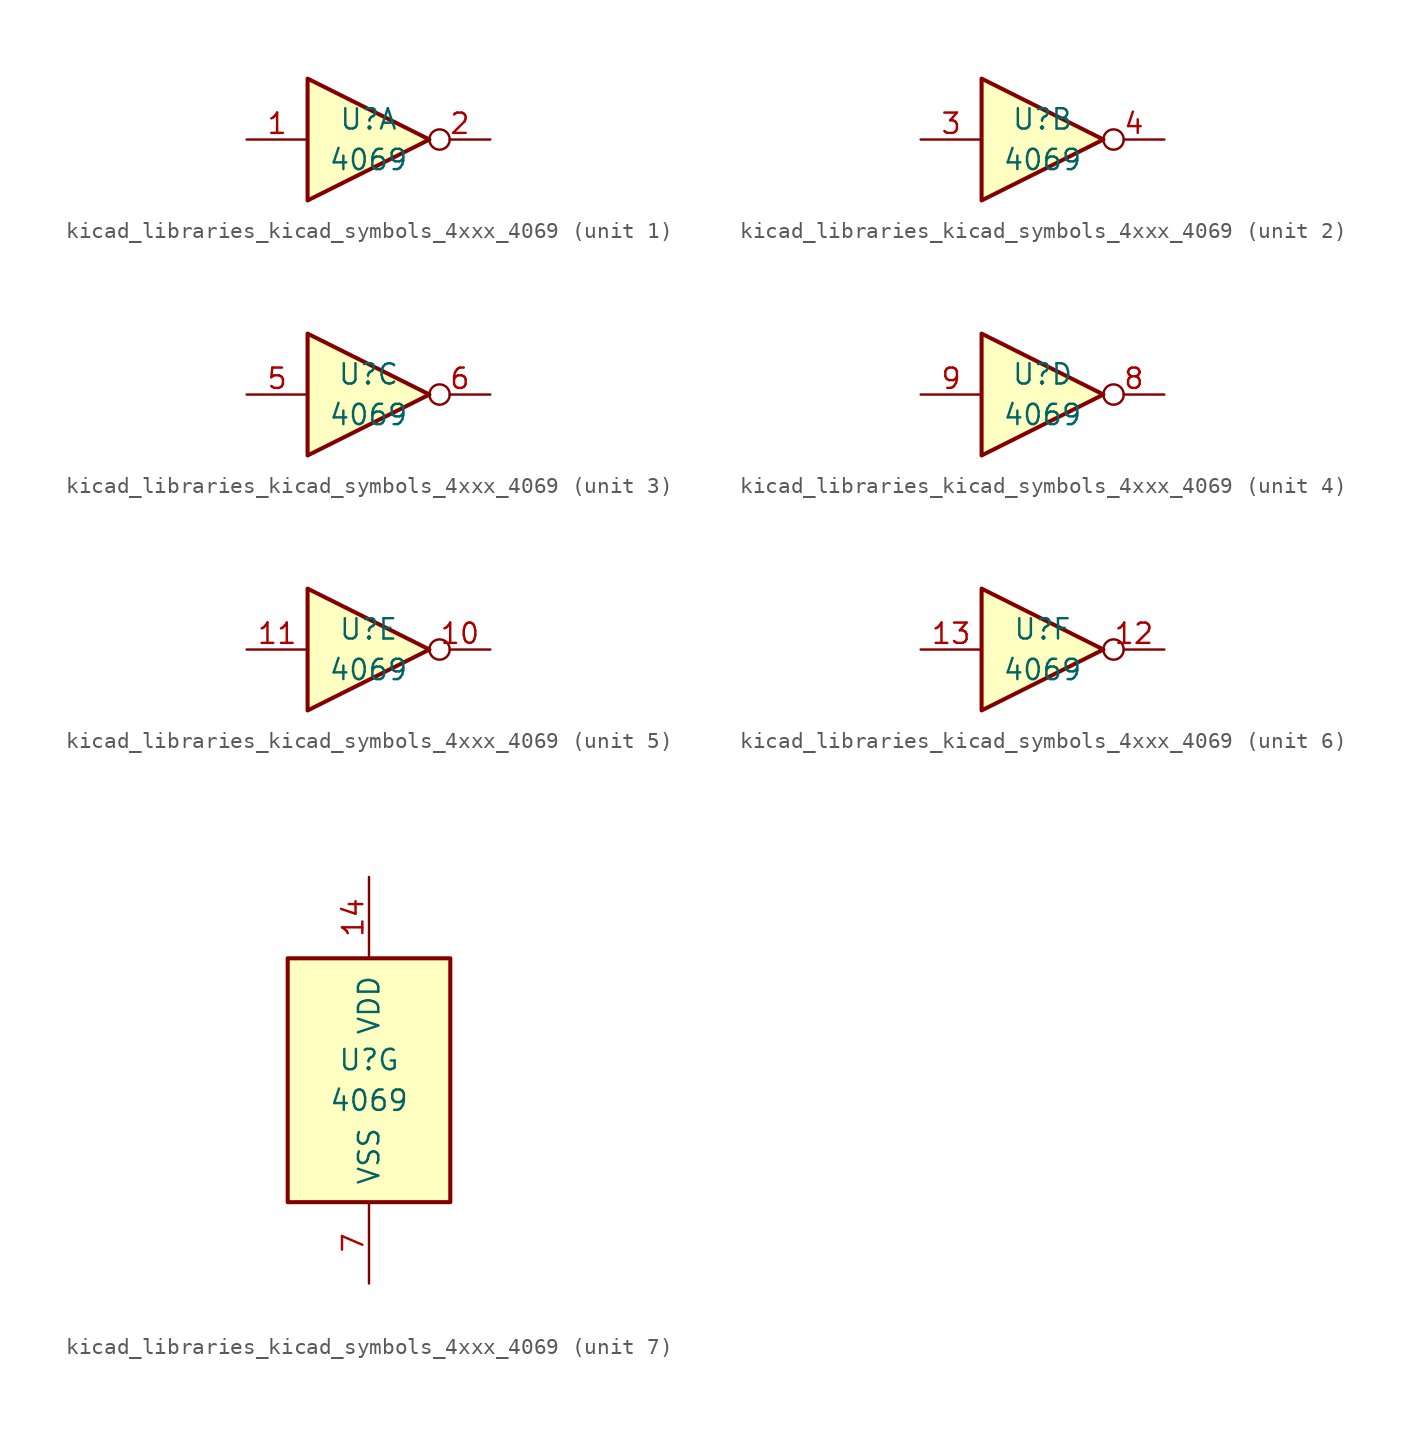
<source format=kicad_sym>
(kicad_symbol_lib
  (version 20220914)
  (generator kicad_symbol_editor)
  (symbol "kicad_libraries_kicad_symbols_4xxx_4069"
    (pin_names
      (offset 1.016))
    (property "Reference" "U"
      (at 0 1.27 0)
      (effects (font (size 1.27 1.27))))
    (property "Value" "4069"
      (at 0 -1.27 0)
      (effects (font (size 1.27 1.27))))
    (property "ki_locked" ""
      (at 0 0 0)
      (effects (font (size 1.27 1.27))))
    (symbol "kicad_libraries_kicad_symbols_4xxx_4069_1_0"
      (polyline (pts (xy -3.81 3.81) (xy -3.81 -3.81) (xy 3.81 0) (xy -3.81 3.81)) (stroke (width 0.254) (type default)) (fill (type background)))
      (pin input line (at -7.62 0 0) (length 3.81) (name "~" (effects (font (size 1.27 1.27)))) (number "1" (effects (font (size 1.27 1.27)))))
      (pin output inverted (at 7.62 0 180) (length 3.81) (name "~" (effects (font (size 1.27 1.27)))) (number "2" (effects (font (size 1.27 1.27))))))
    (symbol "kicad_libraries_kicad_symbols_4xxx_4069_2_0"
      (polyline (pts (xy -3.81 3.81) (xy -3.81 -3.81) (xy 3.81 0) (xy -3.81 3.81)) (stroke (width 0.254) (type default)) (fill (type background)))
      (pin input line (at -7.62 0 0) (length 3.81) (name "~" (effects (font (size 1.27 1.27)))) (number "3" (effects (font (size 1.27 1.27)))))
      (pin output inverted (at 7.62 0 180) (length 3.81) (name "~" (effects (font (size 1.27 1.27)))) (number "4" (effects (font (size 1.27 1.27))))))
    (symbol "kicad_libraries_kicad_symbols_4xxx_4069_3_0"
      (polyline (pts (xy -3.81 3.81) (xy -3.81 -3.81) (xy 3.81 0) (xy -3.81 3.81)) (stroke (width 0.254) (type default)) (fill (type background)))
      (pin input line (at -7.62 0 0) (length 3.81) (name "~" (effects (font (size 1.27 1.27)))) (number "5" (effects (font (size 1.27 1.27)))))
      (pin output inverted (at 7.62 0 180) (length 3.81) (name "~" (effects (font (size 1.27 1.27)))) (number "6" (effects (font (size 1.27 1.27))))))
    (symbol "kicad_libraries_kicad_symbols_4xxx_4069_4_0"
      (polyline (pts (xy -3.81 3.81) (xy -3.81 -3.81) (xy 3.81 0) (xy -3.81 3.81)) (stroke (width 0.254) (type default)) (fill (type background)))
      (pin output inverted (at 7.62 0 180) (length 3.81) (name "~" (effects (font (size 1.27 1.27)))) (number "8" (effects (font (size 1.27 1.27)))))
      (pin input line (at -7.62 0 0) (length 3.81) (name "~" (effects (font (size 1.27 1.27)))) (number "9" (effects (font (size 1.27 1.27))))))
    (symbol "kicad_libraries_kicad_symbols_4xxx_4069_5_0"
      (polyline (pts (xy -3.81 3.81) (xy -3.81 -3.81) (xy 3.81 0) (xy -3.81 3.81)) (stroke (width 0.254) (type default)) (fill (type background)))
      (pin output inverted (at 7.62 0 180) (length 3.81) (name "~" (effects (font (size 1.27 1.27)))) (number "10" (effects (font (size 1.27 1.27)))))
      (pin input line (at -7.62 0 0) (length 3.81) (name "~" (effects (font (size 1.27 1.27)))) (number "11" (effects (font (size 1.27 1.27))))))
    (symbol "kicad_libraries_kicad_symbols_4xxx_4069_6_0"
      (polyline (pts (xy -3.81 3.81) (xy -3.81 -3.81) (xy 3.81 0) (xy -3.81 3.81)) (stroke (width 0.254) (type default)) (fill (type background)))
      (pin output inverted (at 7.62 0 180) (length 3.81) (name "~" (effects (font (size 1.27 1.27)))) (number "12" (effects (font (size 1.27 1.27)))))
      (pin input line (at -7.62 0 0) (length 3.81) (name "~" (effects (font (size 1.27 1.27)))) (number "13" (effects (font (size 1.27 1.27))))))
    (symbol "kicad_libraries_kicad_symbols_4xxx_4069_7_0"
      (pin power_in line (at 0 12.7 270) (length 5.08) (name "VDD" (effects (font (size 1.27 1.27)))) (number "14" (effects (font (size 1.27 1.27)))))
      (pin power_in line (at 0 -12.7 90) (length 5.08) (name "VSS" (effects (font (size 1.27 1.27)))) (number "7" (effects (font (size 1.27 1.27))))))
    (symbol "kicad_libraries_kicad_symbols_4xxx_4069_7_1"
      (rectangle (start -5.08 7.62) (end 5.08 -7.62) (stroke (width 0.254) (type default)) (fill (type background))))))
</source>
